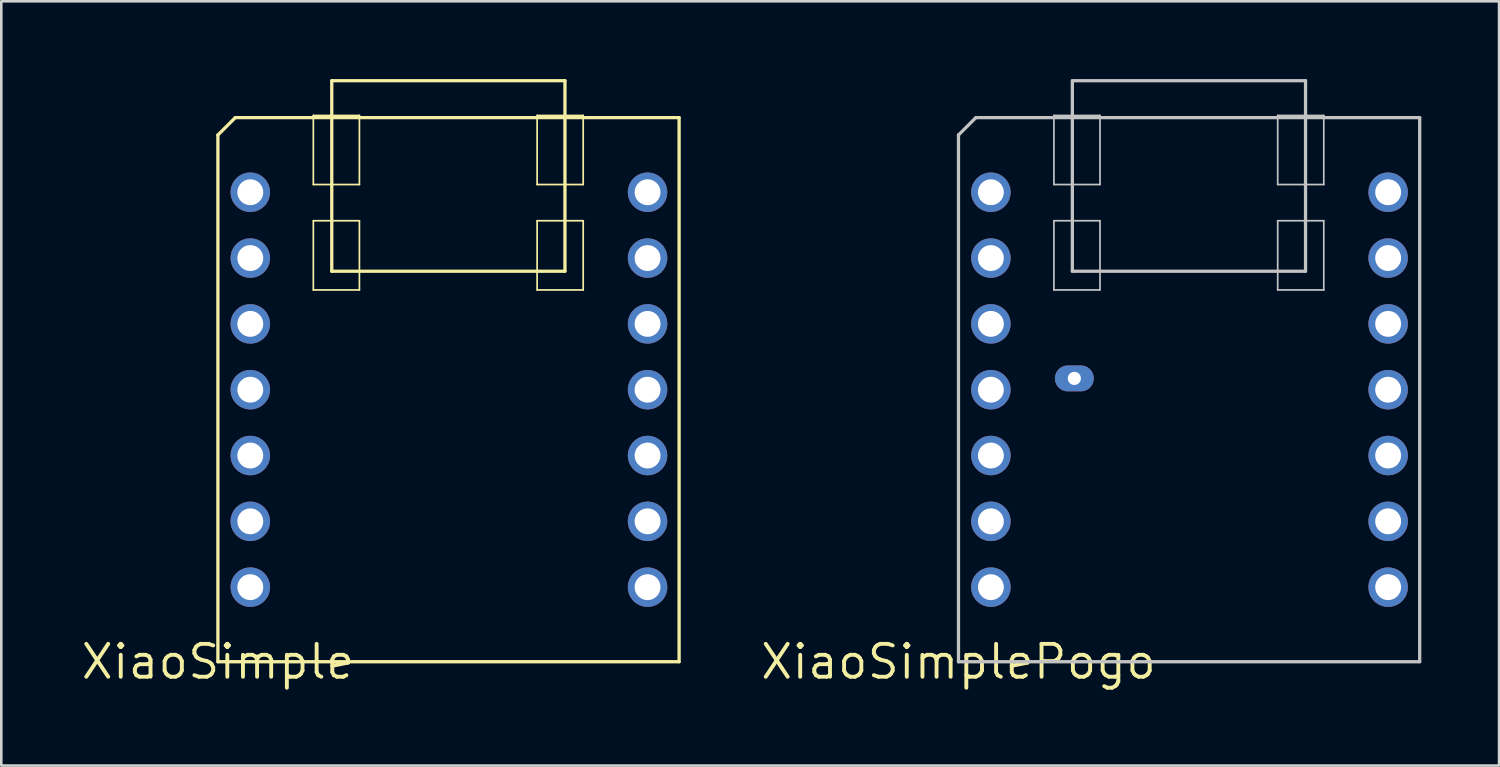
<source format=kicad_pcb>
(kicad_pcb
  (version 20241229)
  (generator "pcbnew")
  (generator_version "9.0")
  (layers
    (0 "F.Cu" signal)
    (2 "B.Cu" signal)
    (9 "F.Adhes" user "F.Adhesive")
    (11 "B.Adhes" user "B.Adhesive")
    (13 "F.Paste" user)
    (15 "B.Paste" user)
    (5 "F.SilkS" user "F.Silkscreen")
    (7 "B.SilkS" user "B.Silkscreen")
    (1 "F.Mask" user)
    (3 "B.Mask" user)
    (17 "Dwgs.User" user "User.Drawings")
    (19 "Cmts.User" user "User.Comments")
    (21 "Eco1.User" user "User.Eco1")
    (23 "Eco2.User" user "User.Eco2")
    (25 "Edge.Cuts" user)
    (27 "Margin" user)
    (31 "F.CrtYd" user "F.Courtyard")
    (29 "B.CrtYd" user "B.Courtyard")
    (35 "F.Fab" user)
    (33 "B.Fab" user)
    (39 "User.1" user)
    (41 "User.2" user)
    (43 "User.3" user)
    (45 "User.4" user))
  (footprint "XiaoSimple"
    (layer "F.Cu")
    (at 5.359 22.487)
    (property "Reference" "XiaoSimple" (at 0 0 0) (layer "F.SilkS") (effects (font (size 1.27 1.27) (thickness 0.15))))
    (attr smd)
    (fp_line (start 0 -20.328) (end 0 0) (stroke (width 0.127) (type solid)) (layer "F.SilkS"))
    (fp_line (start 0 0) (end 17.798 0) (stroke (width 0.127) (type solid)) (layer "F.SilkS"))
    (fp_line (start 0.671 -20.998) (end 0 -20.328) (stroke (width 0.127) (type solid)) (layer "F.SilkS"))
    (fp_line (start 3.683 -21.082) (end 5.461 -21.082) (stroke (width 0.066) (type solid)) (layer "F.SilkS"))
    (fp_line (start 3.683 -18.415) (end 3.683 -21.082) (stroke (width 0.066) (type solid)) (layer "F.SilkS"))
    (fp_line (start 3.683 -18.415) (end 5.461 -18.415) (stroke (width 0.066) (type solid)) (layer "F.SilkS"))
    (fp_line (start 3.683 -17.018) (end 5.461 -17.018) (stroke (width 0.066) (type solid)) (layer "F.SilkS"))
    (fp_line (start 3.683 -14.348) (end 3.683 -17.018) (stroke (width 0.066) (type solid)) (layer "F.SilkS"))
    (fp_line (start 3.683 -14.348) (end 5.461 -14.348) (stroke (width 0.066) (type solid)) (layer "F.SilkS"))
    (fp_line (start 4.394 -15.07) (end 4.394 -22.423) (stroke (width 0.127) (type solid)) (layer "F.SilkS"))
    (fp_line (start 4.399 -22.423) (end 13.393 -22.423) (stroke (width 0.127) (type solid)) (layer "F.SilkS"))
    (fp_line (start 5.461 -18.415) (end 5.461 -21.082) (stroke (width 0.066) (type solid)) (layer "F.SilkS"))
    (fp_line (start 5.461 -14.348) (end 5.461 -17.018) (stroke (width 0.066) (type solid)) (layer "F.SilkS"))
    (fp_line (start 12.319 -21.082) (end 14.097 -21.082) (stroke (width 0.066) (type solid)) (layer "F.SilkS"))
    (fp_line (start 12.319 -18.415) (end 12.319 -21.082) (stroke (width 0.066) (type solid)) (layer "F.SilkS"))
    (fp_line (start 12.319 -18.415) (end 14.097 -18.415) (stroke (width 0.066) (type solid)) (layer "F.SilkS"))
    (fp_line (start 12.319 -17.018) (end 14.097 -17.018) (stroke (width 0.066) (type solid)) (layer "F.SilkS"))
    (fp_line (start 12.319 -14.348) (end 12.319 -17.018) (stroke (width 0.066) (type solid)) (layer "F.SilkS"))
    (fp_line (start 12.319 -14.348) (end 14.097 -14.348) (stroke (width 0.066) (type solid)) (layer "F.SilkS"))
    (fp_line (start 13.393 -22.423) (end 13.393 -15.07) (stroke (width 0.127) (type solid)) (layer "F.SilkS"))
    (fp_line (start 13.393 -15.07) (end 4.394 -15.07) (stroke (width 0.127) (type solid)) (layer "F.SilkS"))
    (fp_line (start 14.097 -18.415) (end 14.097 -21.082) (stroke (width 0.066) (type solid)) (layer "F.SilkS"))
    (fp_line (start 14.097 -14.348) (end 14.097 -17.018) (stroke (width 0.066) (type solid)) (layer "F.SilkS"))
    (fp_line (start 17.798 -20.998) (end 0.671 -20.998) (stroke (width 0.127) (type solid)) (layer "F.SilkS"))
    (fp_line (start 17.798 0) (end 17.798 -20.998) (stroke (width 0.127) (type solid)) (layer "F.SilkS"))
    (pad "1" thru_hole circle (at 1.25 -18.118) (size 1.524 1.524) (drill 1) (layers "*.Cu" "*.Mask"))
    (pad "2" thru_hole circle (at 1.25 -15.578) (size 1.524 1.524) (drill 1) (layers "*.Cu" "*.Mask"))
    (pad "3" thru_hole circle (at 1.25 -13.038) (size 1.524 1.524) (drill 1) (layers "*.Cu" "*.Mask"))
    (pad "4" thru_hole circle (at 1.25 -10.498) (size 1.524 1.524) (drill 1) (layers "*.Cu" "*.Mask"))
    (pad "5" thru_hole circle (at 1.25 -7.958) (size 1.524 1.524) (drill 1) (layers "*.Cu" "*.Mask"))
    (pad "6" thru_hole circle (at 1.25 -5.418) (size 1.524 1.524) (drill 1) (layers "*.Cu" "*.Mask"))
    (pad "7" thru_hole circle (at 1.25 -2.878) (size 1.524 1.524) (drill 1) (layers "*.Cu" "*.Mask"))
    (pad "8" thru_hole circle (at 16.581 -2.878) (size 1.524 1.524) (drill 1) (layers "*.Cu" "*.Mask"))
    (pad "9" thru_hole circle (at 16.581 -5.418) (size 1.524 1.524) (drill 1) (layers "*.Cu" "*.Mask"))
    (pad "10" thru_hole circle (at 16.581 -7.958) (size 1.524 1.524) (drill 1) (layers "*.Cu" "*.Mask"))
    (pad "11" thru_hole circle (at 16.581 -10.498) (size 1.524 1.524) (drill 1) (layers "*.Cu" "*.Mask"))
    (pad "12" thru_hole circle (at 16.581 -13.038) (size 1.524 1.524) (drill 1) (layers "*.Cu" "*.Mask"))
    (pad "13" thru_hole circle (at 16.581 -15.578) (size 1.524 1.524) (drill 1) (layers "*.Cu" "*.Mask"))
    (pad "14" thru_hole circle (at 16.581 -18.118) (size 1.524 1.524) (drill 1) (layers "*.Cu" "*.Mask")))
  (footprint "XiaoSimplePogo"
    (layer "F.Cu")
    (at 33.939 22.487)
    (property "Reference" "XiaoSimplePogo" (at 0 0 0) (layer "F.SilkS") (effects (font (size 1.27 1.27) (thickness 0.15))))
    (attr smd)
    (fp_line (start 0 -20.328) (end 0 0) (stroke (width 0.127) (type solid)) (layer "Dwgs.User"))
    (fp_line (start 0 0) (end 17.798 0) (stroke (width 0.127) (type solid)) (layer "Dwgs.User"))
    (fp_line (start 0.671 -20.998) (end 0 -20.328) (stroke (width 0.127) (type solid)) (layer "Dwgs.User"))
    (fp_line (start 3.683 -21.082) (end 5.461 -21.082) (stroke (width 0.066) (type solid)) (layer "Dwgs.User"))
    (fp_line (start 3.683 -18.415) (end 3.683 -21.082) (stroke (width 0.066) (type solid)) (layer "Dwgs.User"))
    (fp_line (start 3.683 -18.415) (end 5.461 -18.415) (stroke (width 0.066) (type solid)) (layer "Dwgs.User"))
    (fp_line (start 3.683 -17.018) (end 5.461 -17.018) (stroke (width 0.066) (type solid)) (layer "Dwgs.User"))
    (fp_line (start 3.683 -14.348) (end 3.683 -17.018) (stroke (width 0.066) (type solid)) (layer "Dwgs.User"))
    (fp_line (start 3.683 -14.348) (end 5.461 -14.348) (stroke (width 0.066) (type solid)) (layer "Dwgs.User"))
    (fp_line (start 4.394 -15.07) (end 4.394 -22.423) (stroke (width 0.127) (type solid)) (layer "Dwgs.User"))
    (fp_line (start 4.399 -22.423) (end 13.393 -22.423) (stroke (width 0.127) (type solid)) (layer "Dwgs.User"))
    (fp_line (start 5.461 -18.415) (end 5.461 -21.082) (stroke (width 0.066) (type solid)) (layer "Dwgs.User"))
    (fp_line (start 5.461 -14.348) (end 5.461 -17.018) (stroke (width 0.066) (type solid)) (layer "Dwgs.User"))
    (fp_line (start 12.319 -21.082) (end 14.097 -21.082) (stroke (width 0.066) (type solid)) (layer "Dwgs.User"))
    (fp_line (start 12.319 -18.415) (end 12.319 -21.082) (stroke (width 0.066) (type solid)) (layer "Dwgs.User"))
    (fp_line (start 12.319 -18.415) (end 14.097 -18.415) (stroke (width 0.066) (type solid)) (layer "Dwgs.User"))
    (fp_line (start 12.319 -17.018) (end 14.097 -17.018) (stroke (width 0.066) (type solid)) (layer "Dwgs.User"))
    (fp_line (start 12.319 -14.348) (end 12.319 -17.018) (stroke (width 0.066) (type solid)) (layer "Dwgs.User"))
    (fp_line (start 12.319 -14.348) (end 14.097 -14.348) (stroke (width 0.066) (type solid)) (layer "Dwgs.User"))
    (fp_line (start 13.393 -22.423) (end 13.393 -15.07) (stroke (width 0.127) (type solid)) (layer "Dwgs.User"))
    (fp_line (start 13.393 -15.07) (end 4.394 -15.07) (stroke (width 0.127) (type solid)) (layer "Dwgs.User"))
    (fp_line (start 14.097 -18.415) (end 14.097 -21.082) (stroke (width 0.066) (type solid)) (layer "Dwgs.User"))
    (fp_line (start 14.097 -14.348) (end 14.097 -17.018) (stroke (width 0.066) (type solid)) (layer "Dwgs.User"))
    (fp_line (start 17.798 -20.998) (end 0.671 -20.998) (stroke (width 0.127) (type solid)) (layer "Dwgs.User"))
    (fp_line (start 17.798 0) (end 17.798 -20.998) (stroke (width 0.127) (type solid)) (layer "Dwgs.User"))
    (pad "1" thru_hole circle (at 1.25 -18.118) (size 1.524 1.524) (drill 1) (layers "*.Cu" "*.Mask"))
    (pad "2" thru_hole circle (at 1.25 -15.578) (size 1.524 1.524) (drill 1) (layers "*.Cu" "*.Mask"))
    (pad "3" thru_hole circle (at 1.25 -13.038) (size 1.524 1.524) (drill 1) (layers "*.Cu" "*.Mask"))
    (pad "4" thru_hole circle (at 1.25 -10.498) (size 1.524 1.524) (drill 1) (layers "*.Cu" "*.Mask"))
    (pad "5" thru_hole circle (at 1.25 -7.958) (size 1.524 1.524) (drill 1) (layers "*.Cu" "*.Mask"))
    (pad "6" thru_hole circle (at 1.25 -5.418) (size 1.524 1.524) (drill 1) (layers "*.Cu" "*.Mask"))
    (pad "7" thru_hole circle (at 1.25 -2.878) (size 1.524 1.524) (drill 1) (layers "*.Cu" "*.Mask"))
    (pad "8" thru_hole circle (at 16.581 -2.878) (size 1.524 1.524) (drill 1) (layers "*.Cu" "*.Mask"))
    (pad "9" thru_hole circle (at 16.581 -5.418) (size 1.524 1.524) (drill 1) (layers "*.Cu" "*.Mask"))
    (pad "10" thru_hole circle (at 16.581 -7.958) (size 1.524 1.524) (drill 1) (layers "*.Cu" "*.Mask"))
    (pad "11" thru_hole circle (at 16.581 -10.498) (size 1.524 1.524) (drill 1) (layers "*.Cu" "*.Mask"))
    (pad "12" thru_hole circle (at 16.581 -13.038) (size 1.524 1.524) (drill 1) (layers "*.Cu" "*.Mask"))
    (pad "13" thru_hole circle (at 16.581 -15.578) (size 1.524 1.524) (drill 1) (layers "*.Cu" "*.Mask"))
    (pad "14" thru_hole circle (at 16.581 -18.118) (size 1.524 1.524) (drill 1) (layers "*.Cu" "*.Mask"))
    (pad "B+" thru_hole oval (at 4.471 -10.934) (size 1.5 1) (drill 0.508) (layers "*.Cu" "*.Mask"))
    (zone (net_name "") (layers "F.Cu" "B.Cu") (hatch edge 0.508) (connect_pads) (min_thickness 0.254) (filled_areas_thickness no) (keepout (tracks allowed) (vias allowed) (pads allowed) (copperpour not_allowed) (footprints allowed)) (placement (enabled no)) (fill) (polygon (pts (xy 51.739 22.487) (xy 33.939 22.487) (xy 33.939 1.487) (xy 51.739 1.487)))))
  (gr_rect
    (start -3 -3)
    (end 54.8 26.493)
    (stroke (width 0.1) (type default))
    (fill no)
    (layer "Edge.Cuts")))
</source>
